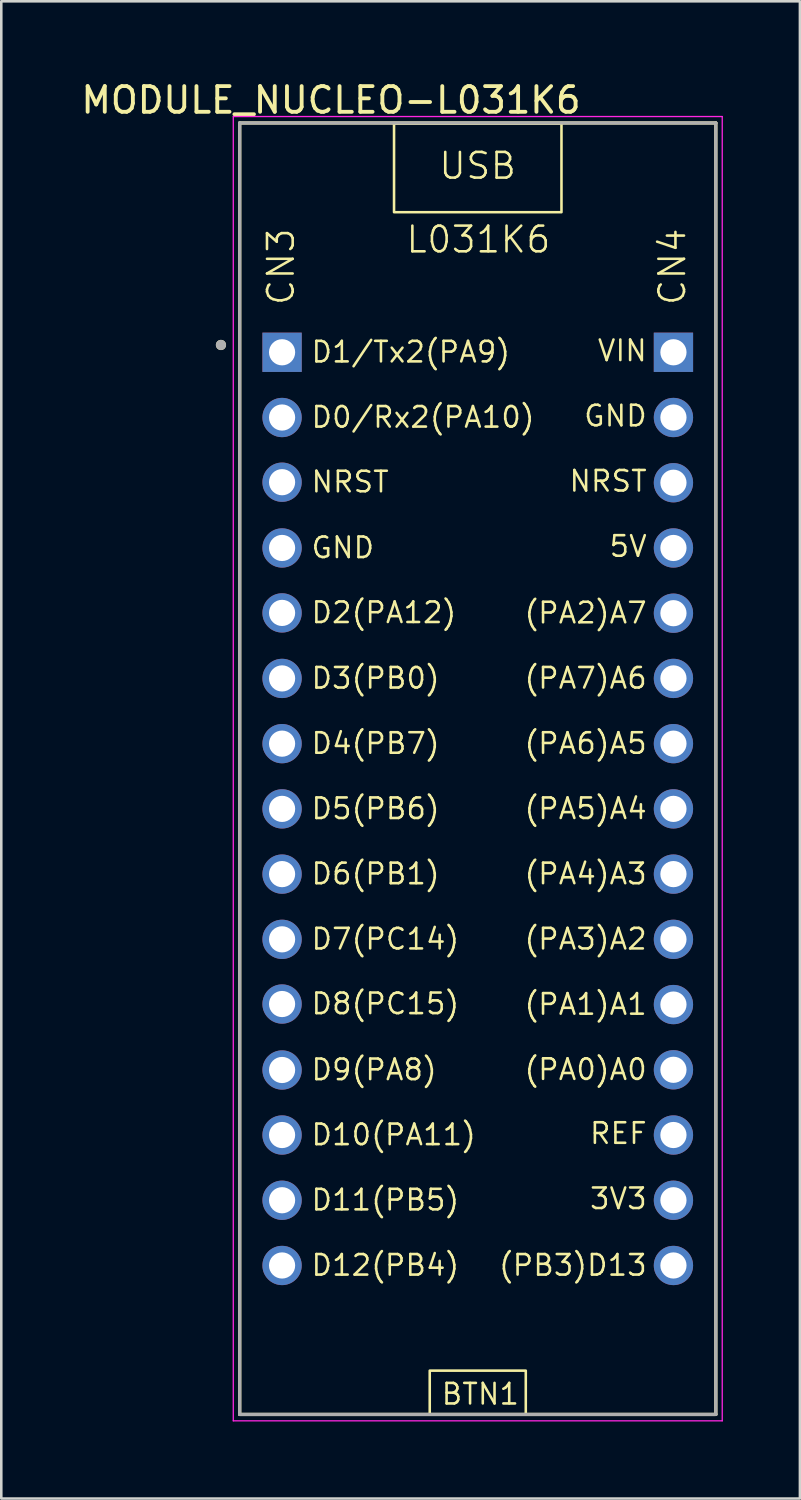
<source format=kicad_pcb>
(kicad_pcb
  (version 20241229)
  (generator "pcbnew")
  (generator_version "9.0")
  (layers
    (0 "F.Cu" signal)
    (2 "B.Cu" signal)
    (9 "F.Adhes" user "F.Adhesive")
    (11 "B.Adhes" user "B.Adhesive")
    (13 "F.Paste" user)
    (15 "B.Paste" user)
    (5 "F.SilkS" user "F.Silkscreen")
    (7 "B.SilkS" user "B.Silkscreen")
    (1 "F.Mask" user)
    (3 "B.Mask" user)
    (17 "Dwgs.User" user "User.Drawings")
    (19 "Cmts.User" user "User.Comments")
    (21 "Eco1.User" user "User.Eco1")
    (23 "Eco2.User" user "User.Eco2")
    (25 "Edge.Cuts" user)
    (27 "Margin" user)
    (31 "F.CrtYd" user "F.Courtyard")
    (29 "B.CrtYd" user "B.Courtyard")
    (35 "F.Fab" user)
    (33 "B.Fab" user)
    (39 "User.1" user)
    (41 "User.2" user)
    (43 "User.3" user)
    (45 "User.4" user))
  (footprint "MODULE_NUCLEO-L031K6"
    (layer "F.Cu")
    (at 15.554 26.883)
    (property "Reference" "MODULE_NUCLEO-L031K6" (at -5.715 -26.035 0) (layer "F.SilkS") (effects (font (size 1 1) (thickness 0.15))))
    (attr through_hole)
    (fp_line (start -9.27 -25.145) (end 9.27 -25.145) (stroke (width 0.127) (type solid)) (layer "F.SilkS"))
    (fp_line (start -9.27 25.145) (end -9.27 -25.145) (stroke (width 0.127) (type solid)) (layer "F.SilkS"))
    (fp_line (start 9.27 -25.145) (end 9.27 25.145) (stroke (width 0.127) (type solid)) (layer "F.SilkS"))
    (fp_line (start 9.27 25.145) (end -9.27 25.145) (stroke (width 0.127) (type solid)) (layer "F.SilkS"))
    (fp_rect (start -3.26 -25.12) (end 3.26 -21.67) (stroke (width 0.1) (type default)) (fill no) (layer "F.SilkS"))
    (fp_rect (start -1.87 23.44) (end 1.87 25.14) (stroke (width 0.1) (type default)) (fill no) (layer "F.SilkS"))
    (fp_circle (center -10 -16.5) (end -9.9 -16.5) (stroke (width 0.2) (type solid)) (fill no) (layer "F.SilkS"))
    (fp_line (start -9.52 -25.395) (end 9.52 -25.395) (stroke (width 0.05) (type solid)) (layer "F.CrtYd"))
    (fp_line (start -9.52 25.395) (end -9.52 -25.395) (stroke (width 0.05) (type solid)) (layer "F.CrtYd"))
    (fp_line (start 9.52 -25.395) (end 9.52 25.395) (stroke (width 0.05) (type solid)) (layer "F.CrtYd"))
    (fp_line (start 9.52 25.395) (end -9.52 25.395) (stroke (width 0.05) (type solid)) (layer "F.CrtYd"))
    (fp_line (start -9.27 -25.145) (end 9.27 -25.145) (stroke (width 0.127) (type solid)) (layer "F.Fab"))
    (fp_line (start -9.27 25.145) (end -9.27 -25.145) (stroke (width 0.127) (type solid)) (layer "F.Fab"))
    (fp_line (start 9.27 -25.145) (end 9.27 25.145) (stroke (width 0.127) (type solid)) (layer "F.Fab"))
    (fp_line (start 9.27 25.145) (end -9.27 25.145) (stroke (width 0.127) (type solid)) (layer "F.Fab"))
    (fp_circle (center -10 -16.5) (end -9.9 -16.5) (stroke (width 0.2) (type solid)) (fill no) (layer "F.Fab"))
    (fp_text user "D4(PB7)" (at -6.54 -0.518 0) (unlocked yes) (layer "F.SilkS") (effects (font (size 0.8 0.8) (thickness 0.1)) (justify left bottom)))
    (fp_text user "(PA6)A5" (at 1.753 -0.518 0) (unlocked yes) (layer "F.SilkS") (effects (font (size 0.8 0.8) (thickness 0.1)) (justify left bottom)))
    (fp_text user "D3(PB0)" (at -6.54 -3.058 0) (unlocked yes) (layer "F.SilkS") (effects (font (size 0.8 0.8) (thickness 0.1)) (justify left bottom)))
    (fp_text user "(PA7)A6" (at 1.753 -3.058 0) (unlocked yes) (layer "F.SilkS") (effects (font (size 0.8 0.8) (thickness 0.1)) (justify left bottom)))
    (fp_text user "(PA1)A1" (at 1.753 9.642 0) (unlocked yes) (layer "F.SilkS") (effects (font (size 0.8 0.8) (thickness 0.1)) (justify left bottom)))
    (fp_text user "(PA5)A4" (at 1.753 2.022 0) (unlocked yes) (layer "F.SilkS") (effects (font (size 0.8 0.8) (thickness 0.1)) (justify left bottom)))
    (fp_text user "CN3" (at -7.08 -17.98 90) (unlocked yes) (layer "F.SilkS") (effects (font (size 1 1) (thickness 0.1)) (justify left bottom)))
    (fp_text user "USB" (at -1.57 -22.89 0) (unlocked yes) (layer "F.SilkS") (effects (font (size 1 1) (thickness 0.1)) (justify left bottom)))
    (fp_text user "D7(PC14)" (at -6.54 7.101 0) (unlocked yes) (layer "F.SilkS") (effects (font (size 0.8 0.8) (thickness 0.1)) (justify left bottom)))
    (fp_text user "D11(PB5)" (at -6.54 17.262 0) (unlocked yes) (layer "F.SilkS") (effects (font (size 0.8 0.8) (thickness 0.1)) (justify left bottom)))
    (fp_text user "BTN1" (at -1.47 24.82 0) (unlocked yes) (layer "F.SilkS") (effects (font (size 0.8 0.8) (thickness 0.1)) (justify left bottom)))
    (fp_text user "(PA4)A3" (at 1.753 4.561 0) (unlocked yes) (layer "F.SilkS") (effects (font (size 0.8 0.8) (thickness 0.1)) (justify left bottom)))
    (fp_text user "D8(PC15)" (at -6.54 9.62 0) (unlocked yes) (layer "F.SilkS") (effects (font (size 0.8 0.8) (thickness 0.1)) (justify left bottom)))
    (fp_text user "5V" (at 5.067 -8.19 0) (unlocked yes) (layer "F.SilkS") (effects (font (size 0.8 0.8) (thickness 0.1)) (justify left bottom)))
    (fp_text user "VIN" (at 4.61 -15.81 0) (unlocked yes) (layer "F.SilkS") (effects (font (size 0.8 0.8) (thickness 0.1)) (justify left bottom)))
    (fp_text user "D2(PA12)" (at -6.54 -5.61 0) (unlocked yes) (layer "F.SilkS") (effects (font (size 0.8 0.8) (thickness 0.1)) (justify left bottom)))
    (fp_text user "CN4" (at 8.159 -17.98 90) (unlocked yes) (layer "F.SilkS") (effects (font (size 1 1) (thickness 0.1)) (justify left bottom)))
    (fp_text user "L031K6" (at -2.85 -20.02 0) (unlocked yes) (layer "F.SilkS") (effects (font (size 1 1) (thickness 0.1)) (justify left bottom)))
    (fp_text user "D12(PB4)" (at -6.54 19.802 0) (unlocked yes) (layer "F.SilkS") (effects (font (size 0.8 0.8) (thickness 0.1)) (justify left bottom)))
    (fp_text user "(PA3)A2" (at 1.753 7.101 0) (unlocked yes) (layer "F.SilkS") (effects (font (size 0.8 0.8) (thickness 0.1)) (justify left bottom)))
    (fp_text user "NRST" (at 3.505 -10.73 0) (unlocked yes) (layer "F.SilkS") (effects (font (size 0.8 0.8) (thickness 0.1)) (justify left bottom)))
    (fp_text user "D5(PB6)" (at -6.54 2.022 0) (unlocked yes) (layer "F.SilkS") (effects (font (size 0.8 0.8) (thickness 0.1)) (justify left bottom)))
    (fp_text user "GND" (at 4.077 -13.27 0) (unlocked yes) (layer "F.SilkS") (effects (font (size 0.8 0.8) (thickness 0.1)) (justify left bottom)))
    (fp_text user "GND" (at -6.54 -8.139 0) (unlocked yes) (layer "F.SilkS") (effects (font (size 0.8 0.8) (thickness 0.1)) (justify left bottom)))
    (fp_text user "3V3" (at 4.305 17.21 0) (unlocked yes) (layer "F.SilkS") (effects (font (size 0.8 0.8) (thickness 0.1)) (justify left bottom)))
    (fp_text user "(PA2)A7" (at 1.753 -5.598 0) (unlocked yes) (layer "F.SilkS") (effects (font (size 0.8 0.8) (thickness 0.1)) (justify left bottom)))
    (fp_text user "D6(PB1)" (at -6.54 4.561 0) (unlocked yes) (layer "F.SilkS") (effects (font (size 0.8 0.8) (thickness 0.1)) (justify left bottom)))
    (fp_text user "REF" (at 4.305 14.67 0) (unlocked yes) (layer "F.SilkS") (effects (font (size 0.8 0.8) (thickness 0.1)) (justify left bottom)))
    (fp_text user "D1/Tx2(PA9)" (at -6.54 -15.758 0) (unlocked yes) (layer "F.SilkS") (effects (font (size 0.8 0.8) (thickness 0.1)) (justify left bottom)))
    (fp_text user "D10(PA11)" (at -6.54 14.722 0) (unlocked yes) (layer "F.SilkS") (effects (font (size 0.8 0.8) (thickness 0.1)) (justify left bottom)))
    (fp_text user "D9(PA8)" (at -6.54 12.19 0) (unlocked yes) (layer "F.SilkS") (effects (font (size 0.8 0.8) (thickness 0.1)) (justify left bottom)))
    (fp_text user "NRST" (at -6.54 -10.7 0) (unlocked yes) (layer "F.SilkS") (effects (font (size 0.8 0.8) (thickness 0.1)) (justify left bottom)))
    (fp_text user "D0/Rx2(PA10)" (at -6.54 -13.219 0) (unlocked yes) (layer "F.SilkS") (effects (font (size 0.8 0.8) (thickness 0.1)) (justify left bottom)))
    (fp_text user "(PB3)D13" (at 0.762 19.802 0) (unlocked yes) (layer "F.SilkS") (effects (font (size 0.8 0.8) (thickness 0.1)) (justify left bottom)))
    (fp_text user "(PA0)A0" (at 1.753 12.181 0) (unlocked yes) (layer "F.SilkS") (effects (font (size 0.8 0.8) (thickness 0.1)) (justify left bottom)))
    (pad "CN3_1" thru_hole rect (at -7.62 -16.215) (size 1.53 1.53) (drill 1.02) (layers "*.Cu" "*.Mask"))
    (pad "CN3_2" thru_hole circle (at -7.62 -13.675) (size 1.53 1.53) (drill 1.02) (layers "*.Cu" "*.Mask"))
    (pad "CN3_3" thru_hole circle (at -7.62 -11.156) (size 1.53 1.53) (drill 1.02) (layers "*.Cu" "*.Mask"))
    (pad "CN3_4" thru_hole circle (at -7.62 -8.595) (size 1.53 1.53) (drill 1.02) (layers "*.Cu" "*.Mask"))
    (pad "CN3_5" thru_hole circle (at -7.62 -6.066) (size 1.53 1.53) (drill 1.02) (layers "*.Cu" "*.Mask"))
    (pad "CN3_6" thru_hole circle (at -7.62 -3.515) (size 1.53 1.53) (drill 1.02) (layers "*.Cu" "*.Mask"))
    (pad "CN3_7" thru_hole circle (at -7.62 -0.975) (size 1.53 1.53) (drill 1.02) (layers "*.Cu" "*.Mask"))
    (pad "CN3_8" thru_hole circle (at -7.62 1.565) (size 1.53 1.53) (drill 1.02) (layers "*.Cu" "*.Mask"))
    (pad "CN3_9" thru_hole circle (at -7.62 4.105) (size 1.53 1.53) (drill 1.02) (layers "*.Cu" "*.Mask"))
    (pad "CN3_10" thru_hole circle (at -7.62 6.645) (size 1.53 1.53) (drill 1.02) (layers "*.Cu" "*.Mask"))
    (pad "CN3_11" thru_hole circle (at -7.62 9.164) (size 1.53 1.53) (drill 1.02) (layers "*.Cu" "*.Mask"))
    (pad "CN3_12" thru_hole circle (at -7.62 11.733) (size 1.53 1.53) (drill 1.02) (layers "*.Cu" "*.Mask"))
    (pad "CN3_13" thru_hole circle (at -7.62 14.265) (size 1.53 1.53) (drill 1.02) (layers "*.Cu" "*.Mask"))
    (pad "CN3_14" thru_hole circle (at -7.62 16.805) (size 1.53 1.53) (drill 1.02) (layers "*.Cu" "*.Mask"))
    (pad "CN3_15" thru_hole circle (at -7.62 19.345) (size 1.53 1.53) (drill 1.02) (layers "*.Cu" "*.Mask"))
    (pad "CN4_1" thru_hole rect (at 7.62 -16.215) (size 1.53 1.53) (drill 1.02) (layers "*.Cu" "*.Mask"))
    (pad "CN4_2" thru_hole circle (at 7.62 -13.675) (size 1.53 1.53) (drill 1.02) (layers "*.Cu" "*.Mask"))
    (pad "CN4_3" thru_hole circle (at 7.62 -11.135) (size 1.53 1.53) (drill 1.02) (layers "*.Cu" "*.Mask"))
    (pad "CN4_4" thru_hole circle (at 7.62 -8.595) (size 1.53 1.53) (drill 1.02) (layers "*.Cu" "*.Mask"))
    (pad "CN4_5" thru_hole circle (at 7.62 -6.055) (size 1.53 1.53) (drill 1.02) (layers "*.Cu" "*.Mask"))
    (pad "CN4_6" thru_hole circle (at 7.62 -3.515) (size 1.53 1.53) (drill 1.02) (layers "*.Cu" "*.Mask"))
    (pad "CN4_7" thru_hole circle (at 7.62 -0.975) (size 1.53 1.53) (drill 1.02) (layers "*.Cu" "*.Mask"))
    (pad "CN4_8" thru_hole circle (at 7.62 1.565) (size 1.53 1.53) (drill 1.02) (layers "*.Cu" "*.Mask"))
    (pad "CN4_9" thru_hole circle (at 7.62 4.105) (size 1.53 1.53) (drill 1.02) (layers "*.Cu" "*.Mask"))
    (pad "CN4_10" thru_hole circle (at 7.62 6.645) (size 1.53 1.53) (drill 1.02) (layers "*.Cu" "*.Mask"))
    (pad "CN4_11" thru_hole circle (at 7.62 9.185) (size 1.53 1.53) (drill 1.02) (layers "*.Cu" "*.Mask"))
    (pad "CN4_12" thru_hole circle (at 7.62 11.725) (size 1.53 1.53) (drill 1.02) (layers "*.Cu" "*.Mask"))
    (pad "CN4_13" thru_hole circle (at 7.62 14.265) (size 1.53 1.53) (drill 1.02) (layers "*.Cu" "*.Mask"))
    (pad "CN4_14" thru_hole circle (at 7.62 16.805) (size 1.53 1.53) (drill 1.02) (layers "*.Cu" "*.Mask"))
    (pad "CN4_15" thru_hole circle (at 7.62 19.345) (size 1.53 1.53) (drill 1.02) (layers "*.Cu" "*.Mask")))
  (gr_rect
    (start -3 -3)
    (end 28.099 55.303)
    (stroke (width 0.1) (type default))
    (fill no)
    (layer "Edge.Cuts")))
</source>
